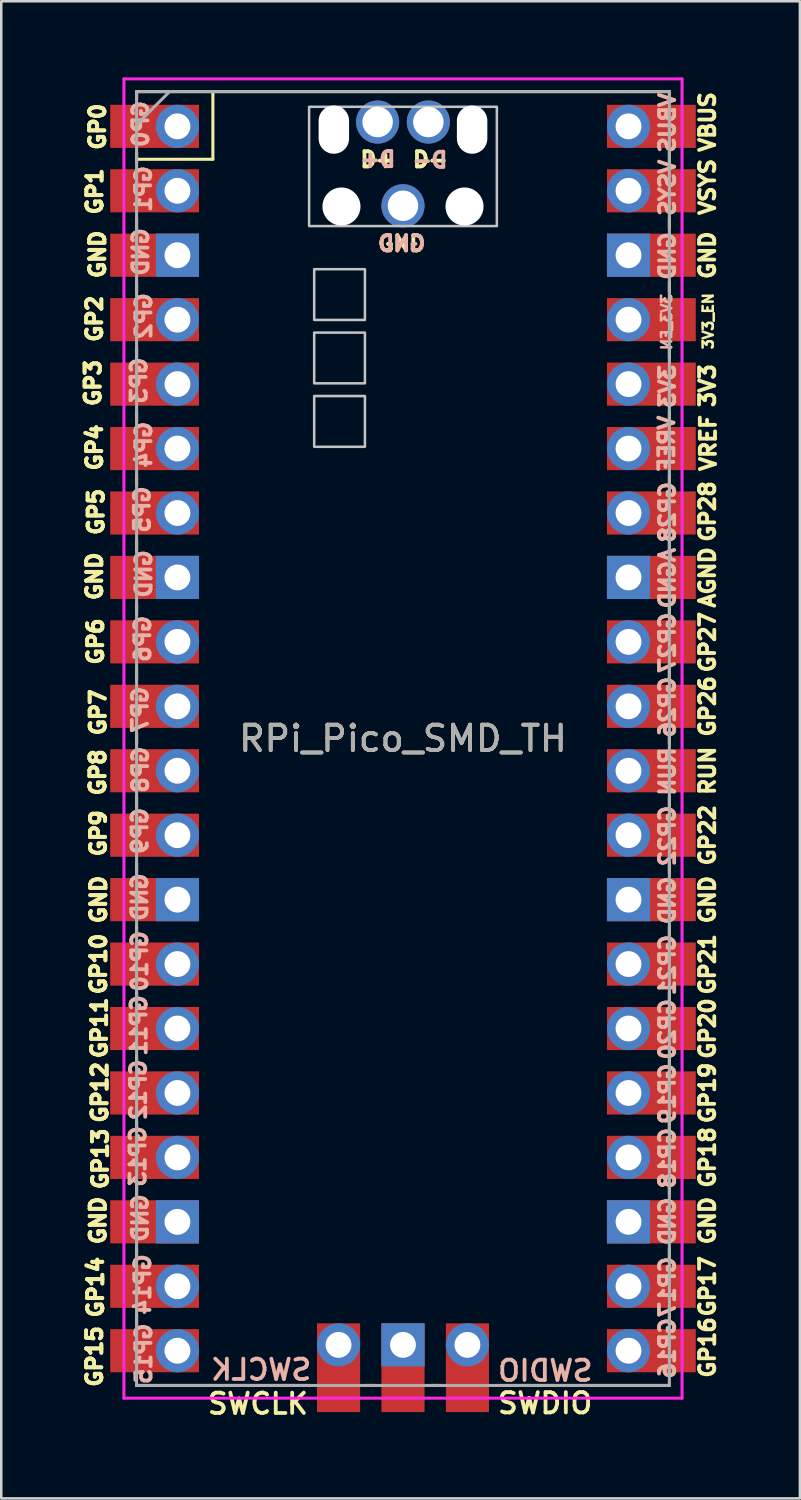
<source format=kicad_pcb>
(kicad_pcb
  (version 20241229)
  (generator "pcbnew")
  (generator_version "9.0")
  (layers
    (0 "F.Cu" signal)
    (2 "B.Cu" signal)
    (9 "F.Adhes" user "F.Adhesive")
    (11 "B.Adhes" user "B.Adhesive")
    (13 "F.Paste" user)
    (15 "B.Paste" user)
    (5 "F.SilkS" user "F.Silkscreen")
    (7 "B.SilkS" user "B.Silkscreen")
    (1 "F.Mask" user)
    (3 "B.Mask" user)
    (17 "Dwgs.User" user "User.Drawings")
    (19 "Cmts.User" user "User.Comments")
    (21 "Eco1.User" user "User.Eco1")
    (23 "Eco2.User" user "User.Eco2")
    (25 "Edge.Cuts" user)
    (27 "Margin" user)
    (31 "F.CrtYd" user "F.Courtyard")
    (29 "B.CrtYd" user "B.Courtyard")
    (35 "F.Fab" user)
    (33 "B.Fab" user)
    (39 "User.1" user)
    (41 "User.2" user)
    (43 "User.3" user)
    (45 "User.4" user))
  (footprint "RPi_Pico_SMD_TH"
    (layer "F.Cu")
    (at 12.834 26.06)
    (property "Reference" "RPi_Pico_SMD_TH" (at 0 0 180) (layer "F.SilkS") (effects (font (size 1 1) (thickness 0.15))))
    (attr through_hole)
    (fp_line (start -10.5 -25.5) (end -10.5 -25.2) (stroke (width 0.12) (type solid)) (layer "F.SilkS"))
    (fp_line (start -10.5 -25.5) (end 10.5 -25.5) (stroke (width 0.12) (type solid)) (layer "F.SilkS"))
    (fp_line (start -10.5 -23.1) (end -10.5 -22.7) (stroke (width 0.12) (type solid)) (layer "F.SilkS"))
    (fp_line (start -10.5 -22.833) (end -7.493 -22.833) (stroke (width 0.12) (type solid)) (layer "F.SilkS"))
    (fp_line (start -10.5 -20.5) (end -10.5 -20.1) (stroke (width 0.12) (type solid)) (layer "F.SilkS"))
    (fp_line (start -10.5 -18) (end -10.5 -17.6) (stroke (width 0.12) (type solid)) (layer "F.SilkS"))
    (fp_line (start -10.5 -15.4) (end -10.5 -15) (stroke (width 0.12) (type solid)) (layer "F.SilkS"))
    (fp_line (start -10.5 -12.9) (end -10.5 -12.5) (stroke (width 0.12) (type solid)) (layer "F.SilkS"))
    (fp_line (start -10.5 -10.4) (end -10.5 -10) (stroke (width 0.12) (type solid)) (layer "F.SilkS"))
    (fp_line (start -10.5 -7.8) (end -10.5 -7.4) (stroke (width 0.12) (type solid)) (layer "F.SilkS"))
    (fp_line (start -10.5 -5.3) (end -10.5 -4.9) (stroke (width 0.12) (type solid)) (layer "F.SilkS"))
    (fp_line (start -10.5 -2.7) (end -10.5 -2.3) (stroke (width 0.12) (type solid)) (layer "F.SilkS"))
    (fp_line (start -10.5 -0.2) (end -10.5 0.2) (stroke (width 0.12) (type solid)) (layer "F.SilkS"))
    (fp_line (start -10.5 2.3) (end -10.5 2.7) (stroke (width 0.12) (type solid)) (layer "F.SilkS"))
    (fp_line (start -10.5 4.9) (end -10.5 5.3) (stroke (width 0.12) (type solid)) (layer "F.SilkS"))
    (fp_line (start -10.5 7.4) (end -10.5 7.8) (stroke (width 0.12) (type solid)) (layer "F.SilkS"))
    (fp_line (start -10.5 10) (end -10.5 10.4) (stroke (width 0.12) (type solid)) (layer "F.SilkS"))
    (fp_line (start -10.5 12.5) (end -10.5 12.9) (stroke (width 0.12) (type solid)) (layer "F.SilkS"))
    (fp_line (start -10.5 15.1) (end -10.5 15.5) (stroke (width 0.12) (type solid)) (layer "F.SilkS"))
    (fp_line (start -10.5 17.6) (end -10.5 18) (stroke (width 0.12) (type solid)) (layer "F.SilkS"))
    (fp_line (start -10.5 20.1) (end -10.5 20.5) (stroke (width 0.12) (type solid)) (layer "F.SilkS"))
    (fp_line (start -10.5 22.7) (end -10.5 23.1) (stroke (width 0.12) (type solid)) (layer "F.SilkS"))
    (fp_line (start -7.493 -22.833) (end -7.493 -25.5) (stroke (width 0.12) (type solid)) (layer "F.SilkS"))
    (fp_line (start -3.7 25.5) (end -10.5 25.5) (stroke (width 0.12) (type solid)) (layer "F.SilkS"))
    (fp_line (start -1.5 25.5) (end -1.1 25.5) (stroke (width 0.12) (type solid)) (layer "F.SilkS"))
    (fp_line (start 1.1 25.5) (end 1.5 25.5) (stroke (width 0.12) (type solid)) (layer "F.SilkS"))
    (fp_line (start 10.5 -25.5) (end 10.5 -25.2) (stroke (width 0.12) (type solid)) (layer "F.SilkS"))
    (fp_line (start 10.5 -23.1) (end 10.5 -22.7) (stroke (width 0.12) (type solid)) (layer "F.SilkS"))
    (fp_line (start 10.5 -20.5) (end 10.5 -20.1) (stroke (width 0.12) (type solid)) (layer "F.SilkS"))
    (fp_line (start 10.5 -18) (end 10.5 -17.6) (stroke (width 0.12) (type solid)) (layer "F.SilkS"))
    (fp_line (start 10.5 -15.4) (end 10.5 -15) (stroke (width 0.12) (type solid)) (layer "F.SilkS"))
    (fp_line (start 10.5 -12.9) (end 10.5 -12.5) (stroke (width 0.12) (type solid)) (layer "F.SilkS"))
    (fp_line (start 10.5 -10.4) (end 10.5 -10) (stroke (width 0.12) (type solid)) (layer "F.SilkS"))
    (fp_line (start 10.5 -7.8) (end 10.5 -7.4) (stroke (width 0.12) (type solid)) (layer "F.SilkS"))
    (fp_line (start 10.5 -5.3) (end 10.5 -4.9) (stroke (width 0.12) (type solid)) (layer "F.SilkS"))
    (fp_line (start 10.5 -2.7) (end 10.5 -2.3) (stroke (width 0.12) (type solid)) (layer "F.SilkS"))
    (fp_line (start 10.5 -0.2) (end 10.5 0.2) (stroke (width 0.12) (type solid)) (layer "F.SilkS"))
    (fp_line (start 10.5 2.3) (end 10.5 2.7) (stroke (width 0.12) (type solid)) (layer "F.SilkS"))
    (fp_line (start 10.5 4.9) (end 10.5 5.3) (stroke (width 0.12) (type solid)) (layer "F.SilkS"))
    (fp_line (start 10.5 7.4) (end 10.5 7.8) (stroke (width 0.12) (type solid)) (layer "F.SilkS"))
    (fp_line (start 10.5 10) (end 10.5 10.4) (stroke (width 0.12) (type solid)) (layer "F.SilkS"))
    (fp_line (start 10.5 12.5) (end 10.5 12.9) (stroke (width 0.12) (type solid)) (layer "F.SilkS"))
    (fp_line (start 10.5 15.1) (end 10.5 15.5) (stroke (width 0.12) (type solid)) (layer "F.SilkS"))
    (fp_line (start 10.5 17.6) (end 10.5 18) (stroke (width 0.12) (type solid)) (layer "F.SilkS"))
    (fp_line (start 10.5 20.1) (end 10.5 20.5) (stroke (width 0.12) (type solid)) (layer "F.SilkS"))
    (fp_line (start 10.5 22.7) (end 10.5 23.1) (stroke (width 0.12) (type solid)) (layer "F.SilkS"))
    (fp_line (start 10.5 25.5) (end 3.7 25.5) (stroke (width 0.12) (type solid)) (layer "F.SilkS"))
    (fp_poly (pts (xy -1.5 -16.5) (xy -3.5 -16.5) (xy -3.5 -18.5) (xy -1.5 -18.5)) (stroke (width 0.1) (type solid)) (fill no) (layer "Dwgs.User"))
    (fp_poly (pts (xy -1.5 -14) (xy -3.5 -14) (xy -3.5 -16) (xy -1.5 -16)) (stroke (width 0.1) (type solid)) (fill no) (layer "Dwgs.User"))
    (fp_poly (pts (xy -1.5 -11.5) (xy -3.5 -11.5) (xy -3.5 -13.5) (xy -1.5 -13.5)) (stroke (width 0.1) (type solid)) (fill no) (layer "Dwgs.User"))
    (fp_poly (pts (xy 3.7 -20.2) (xy -3.7 -20.2) (xy -3.7 -24.9) (xy 3.7 -24.9)) (stroke (width 0.1) (type solid)) (fill no) (layer "Dwgs.User"))
    (fp_line (start -11 -26) (end 11 -26) (stroke (width 0.12) (type solid)) (layer "F.CrtYd"))
    (fp_line (start -11 26) (end -11 -26) (stroke (width 0.12) (type solid)) (layer "F.CrtYd"))
    (fp_line (start 11 -26) (end 11 26) (stroke (width 0.12) (type solid)) (layer "F.CrtYd"))
    (fp_line (start 11 26) (end -11 26) (stroke (width 0.12) (type solid)) (layer "F.CrtYd"))
    (fp_line (start -10.5 -25.5) (end 10.5 -25.5) (stroke (width 0.12) (type solid)) (layer "F.Fab"))
    (fp_line (start -10.5 -24.2) (end -9.2 -25.5) (stroke (width 0.12) (type solid)) (layer "F.Fab"))
    (fp_line (start -10.5 25.5) (end -10.5 -25.5) (stroke (width 0.12) (type solid)) (layer "F.Fab"))
    (fp_line (start 10.5 -25.5) (end 10.5 25.5) (stroke (width 0.12) (type solid)) (layer "F.Fab"))
    (fp_line (start 10.5 25.5) (end -10.5 25.5) (stroke (width 0.12) (type solid)) (layer "F.Fab"))
    (fp_text user "GP7" (at -12.02 -1.03 90) (layer "F.SilkS") (effects (font (size 0.6 0.6) (thickness 0.15))))
    (fp_text user "VBUS" (at 12 -24.3 270) (layer "F.SilkS") (effects (font (size 0.6 0.6) (thickness 0.15))))
    (fp_text user "3V3" (at 12 -13.91 90) (layer "F.SilkS") (effects (font (size 0.6 0.6) (thickness 0.15))))
    (fp_text user "GP0" (at -12.04 -24.12 90) (layer "F.SilkS") (effects (font (size 0.6 0.6) (thickness 0.15))))
    (fp_text user "GP20" (at 12 11.43 90) (layer "F.SilkS") (effects (font (size 0.6 0.6) (thickness 0.15))))
    (fp_text user "GND" (at -12 6.35 90) (layer "F.SilkS") (effects (font (size 0.6 0.6) (thickness 0.15))))
    (fp_text user "GP11" (at -11.97 11.41 90) (layer "F.SilkS") (effects (font (size 0.6 0.6) (thickness 0.15))))
    (fp_text user "GP9" (at -12.01 3.74 90) (layer "F.SilkS") (effects (font (size 0.6 0.6) (thickness 0.15))))
    (fp_text user "GND" (at -12.04 -19.08 90) (layer "F.SilkS") (effects (font (size 0.6 0.6) (thickness 0.15))))
    (fp_text user "SWCLK" (at -5.72 26.22 180) (layer "F.SilkS") (effects (font (size 0.8 0.8) (thickness 0.15))))
    (fp_text user "GND" (at 12 6.35 90) (layer "F.SilkS") (effects (font (size 0.6 0.6) (thickness 0.15))))
    (fp_text user "GND" (at -12 6.34 90) (layer "F.SilkS") (effects (font (size 0.6 0.6) (thickness 0.15))))
    (fp_text user "GP16" (at 12 24 90) (layer "F.SilkS") (effects (font (size 0.6 0.6) (thickness 0.15))))
    (fp_text user "GP26" (at 12 -1.27 90) (layer "F.SilkS") (effects (font (size 0.6 0.6) (thickness 0.15))))
    (fp_text user "3V3_EN" (at 12.03 -16.45 90) (layer "F.SilkS") (effects (font (size 0.4 0.4) (thickness 0.1))))
    (fp_text user "GP4" (at -12.16 -11.47 90) (layer "F.SilkS") (effects (font (size 0.6 0.6) (thickness 0.15))))
    (fp_text user "GP14" (at -12.12 21.63 90) (layer "F.SilkS") (effects (font (size 0.6 0.6) (thickness 0.15))))
    (fp_text user "GND" (at -0.05 -19.51 180) (layer "F.SilkS") (effects (font (size 0.6 0.6) (thickness 0.15))))
    (fp_text user "GP7" (at -12.02 -1.04 90) (layer "F.SilkS") (effects (font (size 0.6 0.6) (thickness 0.15))))
    (fp_text user "GND" (at -12.02 18.99 90) (layer "F.SilkS") (effects (font (size 0.6 0.6) (thickness 0.15))))
    (fp_text user "GND" (at 12 19 90) (layer "F.SilkS") (effects (font (size 0.6 0.6) (thickness 0.15))))
    (fp_text user "GP4" (at -12.16 -11.48 90) (layer "F.SilkS") (effects (font (size 0.6 0.6) (thickness 0.15))))
    (fp_text user "GP1" (at -12.15 -21.57 90) (layer "F.SilkS") (effects (font (size 0.6 0.6) (thickness 0.15))))
    (fp_text user "GP6" (at -12.12 -3.82 90) (layer "F.SilkS") (effects (font (size 0.6 0.6) (thickness 0.15))))
    (fp_text user "GP5" (at -12.1 -8.94 90) (layer "F.SilkS") (effects (font (size 0.6 0.6) (thickness 0.15))))
    (fp_text user "GP5" (at -12.1 -8.93 90) (layer "F.SilkS") (effects (font (size 0.6 0.6) (thickness 0.15))))
    (fp_text user "GP21" (at 12 8.9 90) (layer "F.SilkS") (effects (font (size 0.6 0.6) (thickness 0.15))))
    (fp_text user "GND" (at -12.16 -6.4 90) (layer "F.SilkS") (effects (font (size 0.6 0.6) (thickness 0.15))))
    (fp_text user "AGND" (at 12 -6.35 90) (layer "F.SilkS") (effects (font (size 0.6 0.6) (thickness 0.15))))
    (fp_text user "GP14" (at -12.12 21.62 90) (layer "F.SilkS") (effects (font (size 0.6 0.6) (thickness 0.15))))
    (fp_text user "SWDIO" (at 5.6 26.2 180) (layer "F.SilkS") (effects (font (size 0.8 0.8) (thickness 0.15))))
    (fp_text user "GP9" (at -12.01 3.73 90) (layer "F.SilkS") (effects (font (size 0.6 0.6) (thickness 0.15))))
    (fp_text user "VSYS" (at 12 -21.74 90) (layer "F.SilkS") (effects (font (size 0.6 0.6) (thickness 0.15))))
    (fp_text user "GP8" (at -12.03 1.34 90) (layer "F.SilkS") (effects (font (size 0.6 0.6) (thickness 0.15))))
    (fp_text user "GP3" (at -12.22 -14.01 90) (layer "F.SilkS") (effects (font (size 0.6 0.6) (thickness 0.15))))
    (fp_text user "GP27" (at 12 -3.8 90) (layer "F.SilkS") (effects (font (size 0.6 0.6) (thickness 0.15))))
    (fp_text user "GP2" (at -12.16 -16.54 90) (layer "F.SilkS") (effects (font (size 0.6 0.6) (thickness 0.15))))
    (fp_text user "GP15" (at -12.16 24.35 90) (layer "F.SilkS") (effects (font (size 0.6 0.6) (thickness 0.15))))
    (fp_text user "VREF" (at 12.03 -11.65 90) (layer "F.SilkS") (effects (font (size 0.6 0.6) (thickness 0.15))))
    (fp_text user "GP17" (at 12 21.59 90) (layer "F.SilkS") (effects (font (size 0.6 0.6) (thickness 0.15))))
    (fp_text user "GP18" (at 12 16.51 90) (layer "F.SilkS") (effects (font (size 0.6 0.6) (thickness 0.15))))
    (fp_text user "GP12" (at -11.95 13.94 90) (layer "F.SilkS") (effects (font (size 0.6 0.6) (thickness 0.15))))
    (fp_text user "GP2" (at -12.16 -16.55 90) (layer "F.SilkS") (effects (font (size 0.6 0.6) (thickness 0.15))))
    (fp_text user "GP13" (at -11.93 16.57 90) (layer "F.SilkS") (effects (font (size 0.6 0.6) (thickness 0.15))))
    (fp_text user "GND" (at -12.02 19 90) (layer "F.SilkS") (effects (font (size 0.6 0.6) (thickness 0.15))))
    (fp_text user "RUN" (at 12 1.27 90) (layer "F.SilkS") (effects (font (size 0.6 0.6) (thickness 0.15))))
    (fp_text user "GP0" (at -12.04 -24.11 90) (layer "F.SilkS") (effects (font (size 0.6 0.6) (thickness 0.15))))
    (fp_text user "GP12" (at -11.95 13.95 90) (layer "F.SilkS") (effects (font (size 0.6 0.6) (thickness 0.15))))
    (fp_text user "GP15" (at -12.16 24.36 90) (layer "F.SilkS") (effects (font (size 0.6 0.6) (thickness 0.15))))
    (fp_text user "GND" (at -12.16 -6.39 90) (layer "F.SilkS") (effects (font (size 0.6 0.6) (thickness 0.15))))
    (fp_text user "GP19" (at 12 13.97 90) (layer "F.SilkS") (effects (font (size 0.6 0.6) (thickness 0.15))))
    (fp_text user "GP8" (at -12.03 1.33 90) (layer "F.SilkS") (effects (font (size 0.6 0.6) (thickness 0.15))))
    (fp_text user "GND" (at 12 -19.05 90) (layer "F.SilkS") (effects (font (size 0.6 0.6) (thickness 0.15))))
    (fp_text user "GND" (at -12.04 -19.09 90) (layer "F.SilkS") (effects (font (size 0.6 0.6) (thickness 0.15))))
    (fp_text user "D+" (at -0.99 -22.82 180) (layer "F.SilkS") (effects (font (size 0.6 0.6) (thickness 0.15))))
    (fp_text user "GP6" (at -12.12 -3.83 90) (layer "F.SilkS") (effects (font (size 0.6 0.6) (thickness 0.15))))
    (fp_text user "GP1" (at -12.15 -21.56 90) (layer "F.SilkS") (effects (font (size 0.6 0.6) (thickness 0.15))))
    (fp_text user "GP11" (at -11.97 11.4 90) (layer "F.SilkS") (effects (font (size 0.6 0.6) (thickness 0.15))))
    (fp_text user "GP10" (at -12 8.89 90) (layer "F.SilkS") (effects (font (size 0.6 0.6) (thickness 0.15))))
    (fp_text user "GP22" (at 12 3.81 90) (layer "F.SilkS") (effects (font (size 0.6 0.6) (thickness 0.15))))
    (fp_text user "GP13" (at -11.93 16.56 90) (layer "F.SilkS") (effects (font (size 0.6 0.6) (thickness 0.15))))
    (fp_text user "GP10" (at -12 8.88 90) (layer "F.SilkS") (effects (font (size 0.6 0.6) (thickness 0.15))))
    (fp_text user "D-" (at 1.08 -22.82 180) (layer "F.SilkS") (effects (font (size 0.6 0.6) (thickness 0.15))))
    (fp_text user "GP28" (at 12 -8.95 90) (layer "F.SilkS") (effects (font (size 0.6 0.6) (thickness 0.15))))
    (fp_text user "GP3" (at -12.22 -14.02 90) (layer "F.SilkS") (effects (font (size 0.6 0.6) (thickness 0.15))))
    (fp_text user "3V3_EN" (at 10.39 -16.42 270) (layer "B.SilkS") (effects (font (size 0.4 0.4) (thickness 0.1)) (justify mirror)))
    (fp_text user "GP13" (at -10.45 16.47 270) (layer "B.SilkS") (effects (font (size 0.6 0.6) (thickness 0.15)) (justify mirror)))
    (fp_text user "GP14" (at -10.26 21.52 270) (layer "B.SilkS") (effects (font (size 0.6 0.6) (thickness 0.15)) (justify mirror)))
    (fp_text user "GP21" (at 10.42 8.93 270) (layer "B.SilkS") (effects (font (size 0.6 0.6) (thickness 0.15)) (justify mirror)))
    (fp_text user "GP18" (at 10.42 16.54 270) (layer "B.SilkS") (effects (font (size 0.6 0.6) (thickness 0.15)) (justify mirror)))
    (fp_text user "GP12" (at -10.43 13.85 270) (layer "B.SilkS") (effects (font (size 0.6 0.6) (thickness 0.15)) (justify mirror)))
    (fp_text user "GP7" (at -10.36 -1.13 270) (layer "B.SilkS") (effects (font (size 0.6 0.6) (thickness 0.15)) (justify mirror)))
    (fp_text user "GP27" (at 10.42 -3.77 270) (layer "B.SilkS") (effects (font (size 0.6 0.6) (thickness 0.15)) (justify mirror)))
    (fp_text user "GP22" (at 10.42 3.84 270) (layer "B.SilkS") (effects (font (size 0.6 0.6) (thickness 0.15)) (justify mirror)))
    (fp_text user "GND" (at -10.38 6.25 270) (layer "B.SilkS") (effects (font (size 0.6 0.6) (thickness 0.15)) (justify mirror)))
    (fp_text user "GP10" (at -10.38 8.78 270) (layer "B.SilkS") (effects (font (size 0.6 0.6) (thickness 0.15)) (justify mirror)))
    (fp_text user "GP8" (at -10.35 1.23 270) (layer "B.SilkS") (effects (font (size 0.6 0.6) (thickness 0.15)) (justify mirror)))
    (fp_text user "D-" (at 1.06 -22.8 180) (layer "B.SilkS") (effects (font (size 0.6 0.6) (thickness 0.15)) (justify mirror)))
    (fp_text user "VSYS" (at 10.42 -21.71 270) (layer "B.SilkS") (effects (font (size 0.6 0.6) (thickness 0.15)) (justify mirror)))
    (fp_text user "D+" (at -0.99 -22.83 180) (layer "B.SilkS") (effects (font (size 0.6 0.6) (thickness 0.15)) (justify mirror)))
    (fp_text user "GP0" (at -10.34 -24.22 270) (layer "B.SilkS") (effects (font (size 0.6 0.6) (thickness 0.15)) (justify mirror)))
    (fp_text user "GND" (at 10.42 6.38 270) (layer "B.SilkS") (effects (font (size 0.6 0.6) (thickness 0.15)) (justify mirror)))
    (fp_text user "GP15" (at -10.22 24.25 270) (layer "B.SilkS") (effects (font (size 0.6 0.6) (thickness 0.15)) (justify mirror)))
    (fp_text user "VBUS" (at 10.42 -24.27 90) (layer "B.SilkS") (effects (font (size 0.6 0.6) (thickness 0.15)) (justify mirror)))
    (fp_text user "3V3" (at 10.42 -13.88 270) (layer "B.SilkS") (effects (font (size 0.6 0.6) (thickness 0.15)) (justify mirror)))
    (fp_text user "GP4" (at -10.22 -11.58 270) (layer "B.SilkS") (effects (font (size 0.6 0.6) (thickness 0.15)) (justify mirror)))
    (fp_text user "SWDIO" (at 5.61 24.92 180) (layer "B.SilkS") (effects (font (size 0.8 0.8) (thickness 0.15)) (justify mirror)))
    (fp_text user "GP26" (at 10.42 -1.24 270) (layer "B.SilkS") (effects (font (size 0.6 0.6) (thickness 0.15)) (justify mirror)))
    (fp_text user "GP19" (at 10.42 14 270) (layer "B.SilkS") (effects (font (size 0.6 0.6) (thickness 0.15)) (justify mirror)))
    (fp_text user "GP11" (at -10.41 11.31 270) (layer "B.SilkS") (effects (font (size 0.6 0.6) (thickness 0.15)) (justify mirror)))
    (fp_text user "GP17" (at 10.42 21.62 270) (layer "B.SilkS") (effects (font (size 0.6 0.6) (thickness 0.15)) (justify mirror)))
    (fp_text user "GP3" (at -10.41 -14.11 270) (layer "B.SilkS") (effects (font (size 0.6 0.6) (thickness 0.15)) (justify mirror)))
    (fp_text user "AGND" (at 10.42 -6.32 270) (layer "B.SilkS") (effects (font (size 0.6 0.6) (thickness 0.15)) (justify mirror)))
    (fp_text user "GP5" (at -10.28 -9.03 270) (layer "B.SilkS") (effects (font (size 0.6 0.6) (thickness 0.15)) (justify mirror)))
    (fp_text user "GP1" (at -10.23 -21.66 270) (layer "B.SilkS") (effects (font (size 0.6 0.6) (thickness 0.15)) (justify mirror)))
    (fp_text user "GP28" (at 10.42 -8.92 270) (layer "B.SilkS") (effects (font (size 0.6 0.6) (thickness 0.15)) (justify mirror)))
    (fp_text user "GND" (at -0.05 -19.51 180) (layer "B.SilkS") (effects (font (size 0.6 0.6) (thickness 0.15)) (justify mirror)))
    (fp_text user "RUN" (at 10.42 1.3 270) (layer "B.SilkS") (effects (font (size 0.6 0.6) (thickness 0.15)) (justify mirror)))
    (fp_text user "GP6" (at -10.26 -3.93 270) (layer "B.SilkS") (effects (font (size 0.6 0.6) (thickness 0.15)) (justify mirror)))
    (fp_text user "GND" (at 10.42 -19.02 270) (layer "B.SilkS") (effects (font (size 0.6 0.6) (thickness 0.15)) (justify mirror)))
    (fp_text user "GND" (at -10.34 -19.18 270) (layer "B.SilkS") (effects (font (size 0.6 0.6) (thickness 0.15)) (justify mirror)))
    (fp_text user "GP20" (at 10.42 11.46 270) (layer "B.SilkS") (effects (font (size 0.6 0.6) (thickness 0.15)) (justify mirror)))
    (fp_text user "GP16" (at 10.42 24.03 270) (layer "B.SilkS") (effects (font (size 0.6 0.6) (thickness 0.15)) (justify mirror)))
    (fp_text user "GND" (at 10.42 19.03 270) (layer "B.SilkS") (effects (font (size 0.6 0.6) (thickness 0.15)) (justify mirror)))
    (fp_text user "GP9" (at -10.37 3.64 270) (layer "B.SilkS") (effects (font (size 0.6 0.6) (thickness 0.15)) (justify mirror)))
    (fp_text user "GP2" (at -10.22 -16.65 270) (layer "B.SilkS") (effects (font (size 0.6 0.6) (thickness 0.15)) (justify mirror)))
    (fp_text user "VREF" (at 10.39 -11.62 270) (layer "B.SilkS") (effects (font (size 0.6 0.6) (thickness 0.15)) (justify mirror)))
    (fp_text user "GND" (at -10.36 18.9 270) (layer "B.SilkS") (effects (font (size 0.6 0.6) (thickness 0.15)) (justify mirror)))
    (fp_text user "GND" (at -10.22 -6.49 270) (layer "B.SilkS") (effects (font (size 0.6 0.6) (thickness 0.15)) (justify mirror)))
    (fp_text user "SWCLK" (at -5.59 24.88 180) (layer "B.SilkS") (effects (font (size 0.8 0.8) (thickness 0.15)) (justify mirror)))
    (fp_text user "${REFERENCE}" (at 0 0 180) (layer "F.Fab") (effects (font (size 1 1) (thickness 0.15))))
    (pad "" np_thru_hole oval (at -2.725 -24 90) (size 1.9 1.2) (drill oval 1.9 1.2) (layers "*.Cu" "*.Mask"))
    (pad "" np_thru_hole oval (at -2.425 -20.97) (size 1.5 1.5) (drill 1.5) (layers "*.Cu" "*.Mask"))
    (pad "" np_thru_hole oval (at 2.425 -20.97) (size 1.5 1.5) (drill 1.5) (layers "*.Cu" "*.Mask"))
    (pad "" np_thru_hole oval (at 2.725 -24 90) (size 1.9 1.2) (drill oval 1.9 1.2) (layers "*.Cu" "*.Mask"))
    (pad "1" thru_hole oval (at -8.89 -24.13) (size 1.7 1.7) (drill 1.02) (layers "*.Cu" "*.Mask"))
    (pad "1" smd rect (at -8.89 -24.13) (size 3.5 1.7) (drill (offset -0.9 0)) (layers "F.Cu" "F.Mask"))
    (pad "2" thru_hole oval (at -8.89 -21.59) (size 1.7 1.7) (drill 1.02) (layers "*.Cu" "*.Mask"))
    (pad "2" smd rect (at -8.89 -21.59) (size 3.5 1.7) (drill (offset -0.9 0)) (layers "F.Cu" "F.Mask"))
    (pad "3" thru_hole rect (at -8.89 -19.05) (size 1.7 1.7) (drill 1.02) (layers "*.Cu" "*.Mask"))
    (pad "3" smd rect (at -8.89 -19.05) (size 3.5 1.7) (drill (offset -0.9 0)) (layers "F.Cu" "F.Mask"))
    (pad "4" thru_hole oval (at -8.89 -16.51) (size 1.7 1.7) (drill 1.02) (layers "*.Cu" "*.Mask"))
    (pad "4" smd rect (at -8.89 -16.51) (size 3.5 1.7) (drill (offset -0.9 0)) (layers "F.Cu" "F.Mask"))
    (pad "5" thru_hole oval (at -8.89 -13.97) (size 1.7 1.7) (drill 1.02) (layers "*.Cu" "*.Mask"))
    (pad "5" smd rect (at -8.89 -13.97) (size 3.5 1.7) (drill (offset -0.9 0)) (layers "F.Cu" "F.Mask"))
    (pad "6" thru_hole oval (at -8.89 -11.43) (size 1.7 1.7) (drill 1.02) (layers "*.Cu" "*.Mask"))
    (pad "6" smd rect (at -8.89 -11.43) (size 3.5 1.7) (drill (offset -0.9 0)) (layers "F.Cu" "F.Mask"))
    (pad "7" thru_hole oval (at -8.89 -8.89) (size 1.7 1.7) (drill 1.02) (layers "*.Cu" "*.Mask"))
    (pad "7" smd rect (at -8.89 -8.89) (size 3.5 1.7) (drill (offset -0.9 0)) (layers "F.Cu" "F.Mask"))
    (pad "8" thru_hole rect (at -8.89 -6.35) (size 1.7 1.7) (drill 1.02) (layers "*.Cu" "*.Mask"))
    (pad "8" smd rect (at -8.89 -6.35) (size 3.5 1.7) (drill (offset -0.9 0)) (layers "F.Cu" "F.Mask"))
    (pad "9" thru_hole oval (at -8.89 -3.81) (size 1.7 1.7) (drill 1.02) (layers "*.Cu" "*.Mask"))
    (pad "9" smd rect (at -8.89 -3.81) (size 3.5 1.7) (drill (offset -0.9 0)) (layers "F.Cu" "F.Mask"))
    (pad "10" thru_hole oval (at -8.89 -1.27) (size 1.7 1.7) (drill 1.02) (layers "*.Cu" "*.Mask"))
    (pad "10" smd rect (at -8.89 -1.27) (size 3.5 1.7) (drill (offset -0.9 0)) (layers "F.Cu" "F.Mask"))
    (pad "11" thru_hole oval (at -8.89 1.27) (size 1.7 1.7) (drill 1.02) (layers "*.Cu" "*.Mask"))
    (pad "11" smd rect (at -8.89 1.27) (size 3.5 1.7) (drill (offset -0.9 0)) (layers "F.Cu" "F.Mask"))
    (pad "12" thru_hole oval (at -8.89 3.81) (size 1.7 1.7) (drill 1.02) (layers "*.Cu" "*.Mask"))
    (pad "12" smd rect (at -8.89 3.81) (size 3.5 1.7) (drill (offset -0.9 0)) (layers "F.Cu" "F.Mask"))
    (pad "13" thru_hole rect (at -8.89 6.35) (size 1.7 1.7) (drill 1.02) (layers "*.Cu" "*.Mask"))
    (pad "13" smd rect (at -8.89 6.35) (size 3.5 1.7) (drill (offset -0.9 0)) (layers "F.Cu" "F.Mask"))
    (pad "14" thru_hole oval (at -8.89 8.89) (size 1.7 1.7) (drill 1.02) (layers "*.Cu" "*.Mask"))
    (pad "14" smd rect (at -8.89 8.89) (size 3.5 1.7) (drill (offset -0.9 0)) (layers "F.Cu" "F.Mask"))
    (pad "15" thru_hole oval (at -8.89 11.43) (size 1.7 1.7) (drill 1.02) (layers "*.Cu" "*.Mask"))
    (pad "15" smd rect (at -8.89 11.43) (size 3.5 1.7) (drill (offset -0.9 0)) (layers "F.Cu" "F.Mask"))
    (pad "16" thru_hole oval (at -8.89 13.97) (size 1.7 1.7) (drill 1.02) (layers "*.Cu" "*.Mask"))
    (pad "16" smd rect (at -8.89 13.97) (size 3.5 1.7) (drill (offset -0.9 0)) (layers "F.Cu" "F.Mask"))
    (pad "17" thru_hole oval (at -8.89 16.51) (size 1.7 1.7) (drill 1.02) (layers "*.Cu" "*.Mask"))
    (pad "17" smd rect (at -8.89 16.51) (size 3.5 1.7) (drill (offset -0.9 0)) (layers "F.Cu" "F.Mask"))
    (pad "18" thru_hole rect (at -8.89 19.05) (size 1.7 1.7) (drill 1.02) (layers "*.Cu" "*.Mask"))
    (pad "18" smd rect (at -8.89 19.05) (size 3.5 1.7) (drill (offset -0.9 0)) (layers "F.Cu" "F.Mask"))
    (pad "19" thru_hole oval (at -8.89 21.59) (size 1.7 1.7) (drill 1.02) (layers "*.Cu" "*.Mask"))
    (pad "19" smd rect (at -8.89 21.59) (size 3.5 1.7) (drill (offset -0.9 0)) (layers "F.Cu" "F.Mask"))
    (pad "20" thru_hole oval (at -8.89 24.13) (size 1.7 1.7) (drill 1.02) (layers "*.Cu" "*.Mask"))
    (pad "20" smd rect (at -8.89 24.13) (size 3.5 1.7) (drill (offset -0.9 0)) (layers "F.Cu" "F.Mask"))
    (pad "21" thru_hole oval (at 8.89 24.13) (size 1.7 1.7) (drill 1.02) (layers "*.Cu" "*.Mask"))
    (pad "21" smd rect (at 8.89 24.13) (size 3.5 1.7) (drill (offset 0.9 0)) (layers "F.Cu" "F.Mask"))
    (pad "22" thru_hole oval (at 8.89 21.59) (size 1.7 1.7) (drill 1.02) (layers "*.Cu" "*.Mask"))
    (pad "22" smd rect (at 8.89 21.59) (size 3.5 1.7) (drill (offset 0.9 0)) (layers "F.Cu" "F.Mask"))
    (pad "23" thru_hole rect (at 8.89 19.05) (size 1.7 1.7) (drill 1.02) (layers "*.Cu" "*.Mask"))
    (pad "23" smd rect (at 8.89 19.05) (size 3.5 1.7) (drill (offset 0.9 0)) (layers "F.Cu" "F.Mask"))
    (pad "24" thru_hole oval (at 8.89 16.51) (size 1.7 1.7) (drill 1.02) (layers "*.Cu" "*.Mask"))
    (pad "24" smd rect (at 8.89 16.51) (size 3.5 1.7) (drill (offset 0.9 0)) (layers "F.Cu" "F.Mask"))
    (pad "25" thru_hole oval (at 8.89 13.97) (size 1.7 1.7) (drill 1.02) (layers "*.Cu" "*.Mask"))
    (pad "25" smd rect (at 8.89 13.97) (size 3.5 1.7) (drill (offset 0.9 0)) (layers "F.Cu" "F.Mask"))
    (pad "26" thru_hole oval (at 8.89 11.43) (size 1.7 1.7) (drill 1.02) (layers "*.Cu" "*.Mask"))
    (pad "26" smd rect (at 8.89 11.43) (size 3.5 1.7) (drill (offset 0.9 0)) (layers "F.Cu" "F.Mask"))
    (pad "27" thru_hole oval (at 8.89 8.89) (size 1.7 1.7) (drill 1.02) (layers "*.Cu" "*.Mask"))
    (pad "27" smd rect (at 8.89 8.89) (size 3.5 1.7) (drill (offset 0.9 0)) (layers "F.Cu" "F.Mask"))
    (pad "28" thru_hole rect (at 8.89 6.35) (size 1.7 1.7) (drill 1.02) (layers "*.Cu" "*.Mask"))
    (pad "28" smd rect (at 8.89 6.35) (size 3.5 1.7) (drill (offset 0.9 0)) (layers "F.Cu" "F.Mask"))
    (pad "29" thru_hole oval (at 8.89 3.81) (size 1.7 1.7) (drill 1.02) (layers "*.Cu" "*.Mask"))
    (pad "29" smd rect (at 8.89 3.81) (size 3.5 1.7) (drill (offset 0.9 0)) (layers "F.Cu" "F.Mask"))
    (pad "30" thru_hole oval (at 8.89 1.27) (size 1.7 1.7) (drill 1.02) (layers "*.Cu" "*.Mask"))
    (pad "30" smd rect (at 8.89 1.27) (size 3.5 1.7) (drill (offset 0.9 0)) (layers "F.Cu" "F.Mask"))
    (pad "31" thru_hole oval (at 8.89 -1.27) (size 1.7 1.7) (drill 1.02) (layers "*.Cu" "*.Mask"))
    (pad "31" smd rect (at 8.89 -1.27) (size 3.5 1.7) (drill (offset 0.9 0)) (layers "F.Cu" "F.Mask"))
    (pad "32" thru_hole oval (at 8.89 -3.81) (size 1.7 1.7) (drill 1.02) (layers "*.Cu" "*.Mask"))
    (pad "32" smd rect (at 8.89 -3.81) (size 3.5 1.7) (drill (offset 0.9 0)) (layers "F.Cu" "F.Mask"))
    (pad "33" thru_hole rect (at 8.89 -6.35) (size 1.7 1.7) (drill 1.02) (layers "*.Cu" "*.Mask"))
    (pad "33" smd rect (at 8.89 -6.35) (size 3.5 1.7) (drill (offset 0.9 0)) (layers "F.Cu" "F.Mask"))
    (pad "34" thru_hole oval (at 8.89 -8.89) (size 1.7 1.7) (drill 1.02) (layers "*.Cu" "*.Mask"))
    (pad "34" smd rect (at 8.89 -8.89) (size 3.5 1.7) (drill (offset 0.9 0)) (layers "F.Cu" "F.Mask"))
    (pad "35" thru_hole oval (at 8.89 -11.43) (size 1.7 1.7) (drill 1.02) (layers "*.Cu" "*.Mask"))
    (pad "35" smd rect (at 8.89 -11.43) (size 3.5 1.7) (drill (offset 0.9 0)) (layers "F.Cu" "F.Mask"))
    (pad "36" thru_hole oval (at 8.89 -13.97) (size 1.7 1.7) (drill 1.02) (layers "*.Cu" "*.Mask"))
    (pad "36" smd rect (at 8.89 -13.97) (size 3.5 1.7) (drill (offset 0.9 0)) (layers "F.Cu" "F.Mask"))
    (pad "37" thru_hole oval (at 8.89 -16.51) (size 1.7 1.7) (drill 1.02) (layers "*.Cu" "*.Mask"))
    (pad "37" smd rect (at 8.89 -16.51) (size 3.5 1.7) (drill (offset 0.9 0)) (layers "F.Cu" "F.Mask"))
    (pad "38" thru_hole rect (at 8.89 -19.05) (size 1.7 1.7) (drill 1.02) (layers "*.Cu" "*.Mask"))
    (pad "38" smd rect (at 8.89 -19.05) (size 3.5 1.7) (drill (offset 0.9 0)) (layers "F.Cu" "F.Mask"))
    (pad "39" thru_hole oval (at 8.89 -21.59) (size 1.7 1.7) (drill 1.02) (layers "*.Cu" "*.Mask"))
    (pad "39" smd rect (at 8.89 -21.59) (size 3.5 1.7) (drill (offset 0.9 0)) (layers "F.Cu" "F.Mask"))
    (pad "40" thru_hole oval (at 8.89 -24.13) (size 1.7 1.7) (drill 1.02) (layers "*.Cu" "*.Mask"))
    (pad "40" smd rect (at 8.89 -24.13) (size 3.5 1.7) (drill (offset 0.9 0)) (layers "F.Cu" "F.Mask"))
    (pad "41" thru_hole oval (at -2.54 23.9) (size 1.7 1.7) (drill 1.02) (layers "*.Cu" "*.Mask"))
    (pad "41" smd rect (at -2.54 23.9 90) (size 3.5 1.7) (drill (offset -0.9 0)) (layers "F.Cu" "F.Mask"))
    (pad "42" thru_hole rect (at 0 23.9) (size 1.7 1.7) (drill 1.02) (layers "*.Cu" "*.Mask"))
    (pad "42" smd rect (at 0 23.9 90) (size 3.5 1.7) (drill (offset -0.9 0)) (layers "F.Cu" "F.Mask"))
    (pad "43" thru_hole oval (at 2.54 23.9) (size 1.7 1.7) (drill 1.02) (layers "*.Cu" "*.Mask"))
    (pad "43" smd rect (at 2.54 23.9 90) (size 3.5 1.7) (drill (offset -0.9 0)) (layers "F.Cu" "F.Mask"))
    (pad "DM" thru_hole circle (at 1 -24.3) (size 1.7 1.7) (drill 1.2) (layers "*.Cu" "*.Mask"))
    (pad "DP" thru_hole circle (at -1 -24.3) (size 1.7 1.7) (drill 1.2) (layers "*.Cu" "*.Mask"))
    (pad "GND" thru_hole circle (at 0 -21) (size 1.7 1.7) (drill 1.2) (layers "*.Cu" "*.Mask")))
  (gr_rect
    (start -3 -3)
    (end 28.479 56.011)
    (stroke (width 0.1) (type default))
    (fill no)
    (layer "Edge.Cuts")))
</source>
